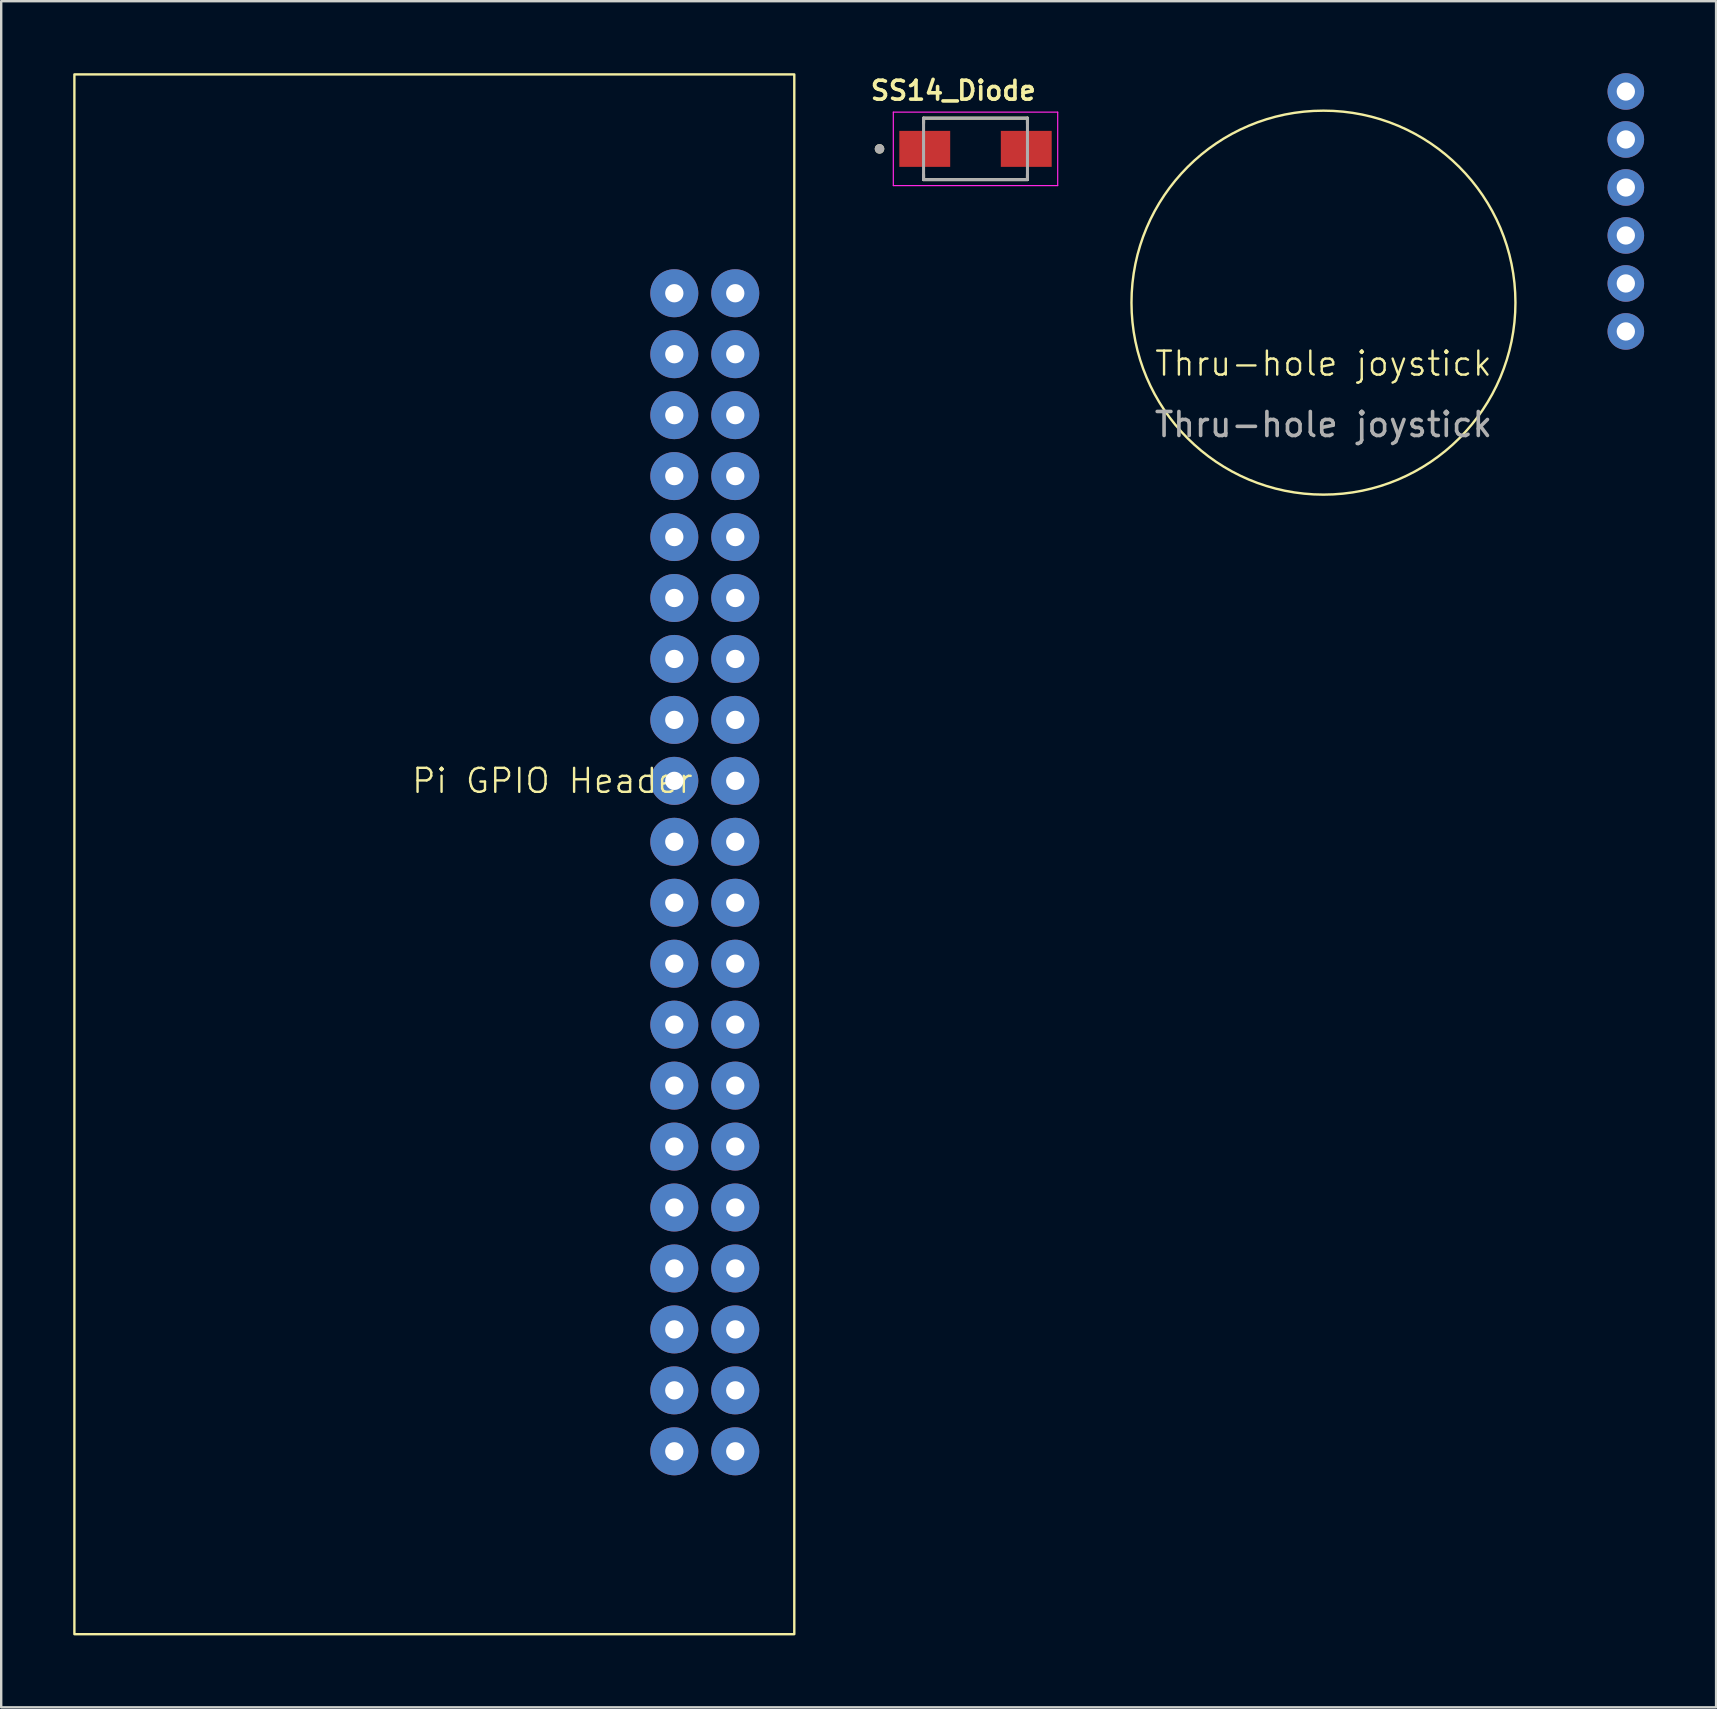
<source format=kicad_pcb>
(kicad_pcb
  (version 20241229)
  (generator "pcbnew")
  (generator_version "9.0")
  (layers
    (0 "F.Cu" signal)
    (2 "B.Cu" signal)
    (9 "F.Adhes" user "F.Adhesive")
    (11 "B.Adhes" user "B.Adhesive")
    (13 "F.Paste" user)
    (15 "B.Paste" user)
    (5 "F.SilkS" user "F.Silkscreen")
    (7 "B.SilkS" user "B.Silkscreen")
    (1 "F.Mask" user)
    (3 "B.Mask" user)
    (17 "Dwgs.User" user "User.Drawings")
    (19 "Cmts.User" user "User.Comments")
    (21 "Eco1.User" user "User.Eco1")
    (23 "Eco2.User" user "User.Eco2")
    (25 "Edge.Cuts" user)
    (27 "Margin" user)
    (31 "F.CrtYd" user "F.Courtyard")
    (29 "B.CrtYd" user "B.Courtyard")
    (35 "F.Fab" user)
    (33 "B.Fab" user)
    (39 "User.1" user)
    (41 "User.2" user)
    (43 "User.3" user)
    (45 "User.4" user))
  (footprint "Thru-hole joystick"
    (layer "F.Cu")
    (at 52.102 9.562)
    (property "Reference" "Thru-hole joystick" (at 0 2.54 0) (unlocked yes) (layer "F.SilkS") (effects (font (size 1 1) (thickness 0.1))))
    (attr through_hole)
    (fp_circle (center 0 0) (end 8 0) (stroke (width 0.1) (type default)) (fill no) (layer "F.SilkS"))
    (fp_text user "${REFERENCE}" (at 0 5.08 0) (unlocked yes) (layer "F.Fab") (effects (font (size 1 1) (thickness 0.15))))
    (pad "1" thru_hole circle (at 12.6 1.2) (size 1.524 1.524) (drill 0.762) (layers "*.Cu" "*.Mask"))
    (pad "2" thru_hole circle (at 12.6 -0.8) (size 1.524 1.524) (drill 0.762) (layers "*.Cu" "*.Mask"))
    (pad "3" thru_hole circle (at 12.6 -2.8) (size 1.524 1.524) (drill 0.762) (layers "*.Cu" "*.Mask"))
    (pad "4" thru_hole circle (at 12.6 -4.8) (size 1.524 1.524) (drill 0.762) (layers "*.Cu" "*.Mask"))
    (pad "5" thru_hole circle (at 12.6 -6.8) (size 1.524 1.524) (drill 0.762) (layers "*.Cu" "*.Mask"))
    (pad "6" thru_hole circle (at 12.6 -8.8) (size 1.524 1.524) (drill 0.762) (layers "*.Cu" "*.Mask")))
  (footprint "SS14_Diode"
    (layer "F.Cu")
    (at 37.602 3.154)
    (property "Reference" "SS14_Diode" (at -0.925 -2.43 0) (layer "F.SilkS") (effects (font (size 0.787 0.787) (thickness 0.15))))
    (attr smd)
    (fp_line (start -2.165 -1.28) (end -2.165 -1.07) (stroke (width 0.127) (type solid)) (layer "F.SilkS"))
    (fp_line (start -2.165 1.28) (end -2.165 1.07) (stroke (width 0.127) (type solid)) (layer "F.SilkS"))
    (fp_line (start -2.165 1.28) (end 2.165 1.28) (stroke (width 0.127) (type solid)) (layer "F.SilkS"))
    (fp_line (start 2.165 -1.28) (end -2.165 -1.28) (stroke (width 0.127) (type solid)) (layer "F.SilkS"))
    (fp_line (start 2.165 -1.07) (end 2.165 -1.28) (stroke (width 0.127) (type solid)) (layer "F.SilkS"))
    (fp_line (start 2.165 1.28) (end 2.165 1.07) (stroke (width 0.127) (type solid)) (layer "F.SilkS"))
    (fp_circle (center -4 0) (end -3.9 0) (stroke (width 0.2) (type solid)) (fill no) (layer "F.SilkS"))
    (fp_line (start -3.425 -1.53) (end -3.425 1.53) (stroke (width 0.05) (type solid)) (layer "F.CrtYd"))
    (fp_line (start -3.425 1.53) (end 3.425 1.53) (stroke (width 0.05) (type solid)) (layer "F.CrtYd"))
    (fp_line (start 3.425 -1.53) (end -3.425 -1.53) (stroke (width 0.05) (type solid)) (layer "F.CrtYd"))
    (fp_line (start 3.425 1.53) (end 3.425 -1.53) (stroke (width 0.05) (type solid)) (layer "F.CrtYd"))
    (fp_line (start -2.165 -1.28) (end -2.165 1.28) (stroke (width 0.127) (type solid)) (layer "F.Fab"))
    (fp_line (start -2.165 1.28) (end 2.165 1.28) (stroke (width 0.127) (type solid)) (layer "F.Fab"))
    (fp_line (start 2.165 -1.28) (end -2.165 -1.28) (stroke (width 0.127) (type solid)) (layer "F.Fab"))
    (fp_line (start 2.165 1.28) (end 2.165 -1.28) (stroke (width 0.127) (type solid)) (layer "F.Fab"))
    (fp_circle (center -4 0) (end -3.9 0) (stroke (width 0.2) (type solid)) (fill no) (layer "F.Fab"))
    (pad "A" smd rect (at 2.115 0) (size 2.12 1.5) (layers "F.Cu" "F.Mask" "F.Paste"))
    (pad "C" smd rect (at -2.115 0) (size 2.12 1.5) (layers "F.Cu" "F.Mask" "F.Paste")))
  (footprint "Pi GPIO Header"
    (layer "F.Cu")
    (at 25.05 32.03)
    (property "Reference" "Pi GPIO Header" (at -5.08 -2.54 0) (unlocked yes) (layer "F.SilkS") (effects (font (size 1 1) (thickness 0.1))))
    (attr through_hole)
    (fp_rect (start -25 -31.98) (end 5 33.02) (stroke (width 0.1) (type default)) (fill no) (layer "F.SilkS"))
    (pad "1" thru_hole circle (at 0 -22.86) (size 2 2) (drill 0.762) (layers "*.Cu" "*.Mask"))
    (pad "2" thru_hole circle (at 2.54 -22.86) (size 2 2) (drill 0.762) (layers "*.Cu" "*.Mask"))
    (pad "3" thru_hole circle (at 0 -20.32) (size 2 2) (drill 0.762) (layers "*.Cu" "*.Mask"))
    (pad "4" thru_hole circle (at 2.54 -20.32) (size 2 2) (drill 0.762) (layers "*.Cu" "*.Mask"))
    (pad "5" thru_hole circle (at 0 -17.78) (size 2 2) (drill 0.762) (layers "*.Cu" "*.Mask"))
    (pad "6" thru_hole circle (at 2.54 -17.78) (size 2 2) (drill 0.762) (layers "*.Cu" "*.Mask"))
    (pad "7" thru_hole circle (at 0 -15.24) (size 2 2) (drill 0.762) (layers "*.Cu" "*.Mask"))
    (pad "8" thru_hole circle (at 2.54 -15.24) (size 2 2) (drill 0.762) (layers "*.Cu" "*.Mask"))
    (pad "9" thru_hole circle (at 0 -12.7) (size 2 2) (drill 0.762) (layers "*.Cu" "*.Mask"))
    (pad "10" thru_hole circle (at 2.54 -12.7) (size 2 2) (drill 0.762) (layers "*.Cu" "*.Mask"))
    (pad "11" thru_hole circle (at 0 -10.16) (size 2 2) (drill 0.762) (layers "*.Cu" "*.Mask"))
    (pad "12" thru_hole circle (at 2.54 -10.16) (size 2 2) (drill 0.762) (layers "*.Cu" "*.Mask"))
    (pad "13" thru_hole circle (at 0 -7.62) (size 2 2) (drill 0.762) (layers "*.Cu" "*.Mask"))
    (pad "14" thru_hole circle (at 2.54 -7.62) (size 2 2) (drill 0.762) (layers "*.Cu" "*.Mask"))
    (pad "15" thru_hole circle (at 0 -5.08) (size 2 2) (drill 0.762) (layers "*.Cu" "*.Mask"))
    (pad "16" thru_hole circle (at 2.54 -5.08) (size 2 2) (drill 0.762) (layers "*.Cu" "*.Mask"))
    (pad "17" thru_hole circle (at 0 -2.54) (size 2 2) (drill 0.762) (layers "*.Cu" "*.Mask"))
    (pad "18" thru_hole circle (at 2.54 -2.54) (size 2 2) (drill 0.762) (layers "*.Cu" "*.Mask"))
    (pad "19" thru_hole circle (at 0 0) (size 2 2) (drill 0.762) (layers "*.Cu" "*.Mask"))
    (pad "20" thru_hole circle (at 2.54 0) (size 2 2) (drill 0.762) (layers "*.Cu" "*.Mask"))
    (pad "21" thru_hole circle (at 0 2.54) (size 2 2) (drill 0.762) (layers "*.Cu" "*.Mask"))
    (pad "22" thru_hole circle (at 2.54 2.54) (size 2 2) (drill 0.762) (layers "*.Cu" "*.Mask"))
    (pad "23" thru_hole circle (at 0 5.08) (size 2 2) (drill 0.762) (layers "*.Cu" "*.Mask"))
    (pad "24" thru_hole circle (at 2.54 5.08) (size 2 2) (drill 0.762) (layers "*.Cu" "*.Mask"))
    (pad "25" thru_hole circle (at 0 7.62) (size 2 2) (drill 0.762) (layers "*.Cu" "*.Mask"))
    (pad "26" thru_hole circle (at 2.54 7.62) (size 2 2) (drill 0.762) (layers "*.Cu" "*.Mask"))
    (pad "27" thru_hole circle (at 0 10.16) (size 2 2) (drill 0.762) (layers "*.Cu" "*.Mask"))
    (pad "28" thru_hole circle (at 2.54 10.16) (size 2 2) (drill 0.762) (layers "*.Cu" "*.Mask"))
    (pad "29" thru_hole circle (at 0 12.7) (size 2 2) (drill 0.762) (layers "*.Cu" "*.Mask"))
    (pad "30" thru_hole circle (at 2.54 12.7) (size 2 2) (drill 0.762) (layers "*.Cu" "*.Mask"))
    (pad "31" thru_hole circle (at 0 15.24) (size 2 2) (drill 0.762) (layers "*.Cu" "*.Mask"))
    (pad "32" thru_hole circle (at 2.54 15.24) (size 2 2) (drill 0.762) (layers "*.Cu" "*.Mask"))
    (pad "33" thru_hole circle (at 0 17.78) (size 2 2) (drill 0.762) (layers "*.Cu" "*.Mask"))
    (pad "34" thru_hole circle (at 2.54 17.78) (size 2 2) (drill 0.762) (layers "*.Cu" "*.Mask"))
    (pad "35" thru_hole circle (at 0 20.32) (size 2 2) (drill 0.762) (layers "*.Cu" "*.Mask"))
    (pad "36" thru_hole circle (at 2.54 20.32) (size 2 2) (drill 0.762) (layers "*.Cu" "*.Mask"))
    (pad "37" thru_hole circle (at 0 22.86) (size 2 2) (drill 0.762) (layers "*.Cu" "*.Mask"))
    (pad "38" thru_hole circle (at 2.54 22.86) (size 2 2) (drill 0.762) (layers "*.Cu" "*.Mask"))
    (pad "39" thru_hole circle (at 0 25.4) (size 2 2) (drill 0.762) (layers "*.Cu" "*.Mask"))
    (pad "40" thru_hole circle (at 2.54 25.4) (size 2 2) (drill 0.762) (layers "*.Cu" "*.Mask")))
  (gr_rect
    (start -3 -3)
    (end 68.464 68.1)
    (stroke (width 0.1) (type default))
    (fill no)
    (layer "Edge.Cuts")))
</source>
